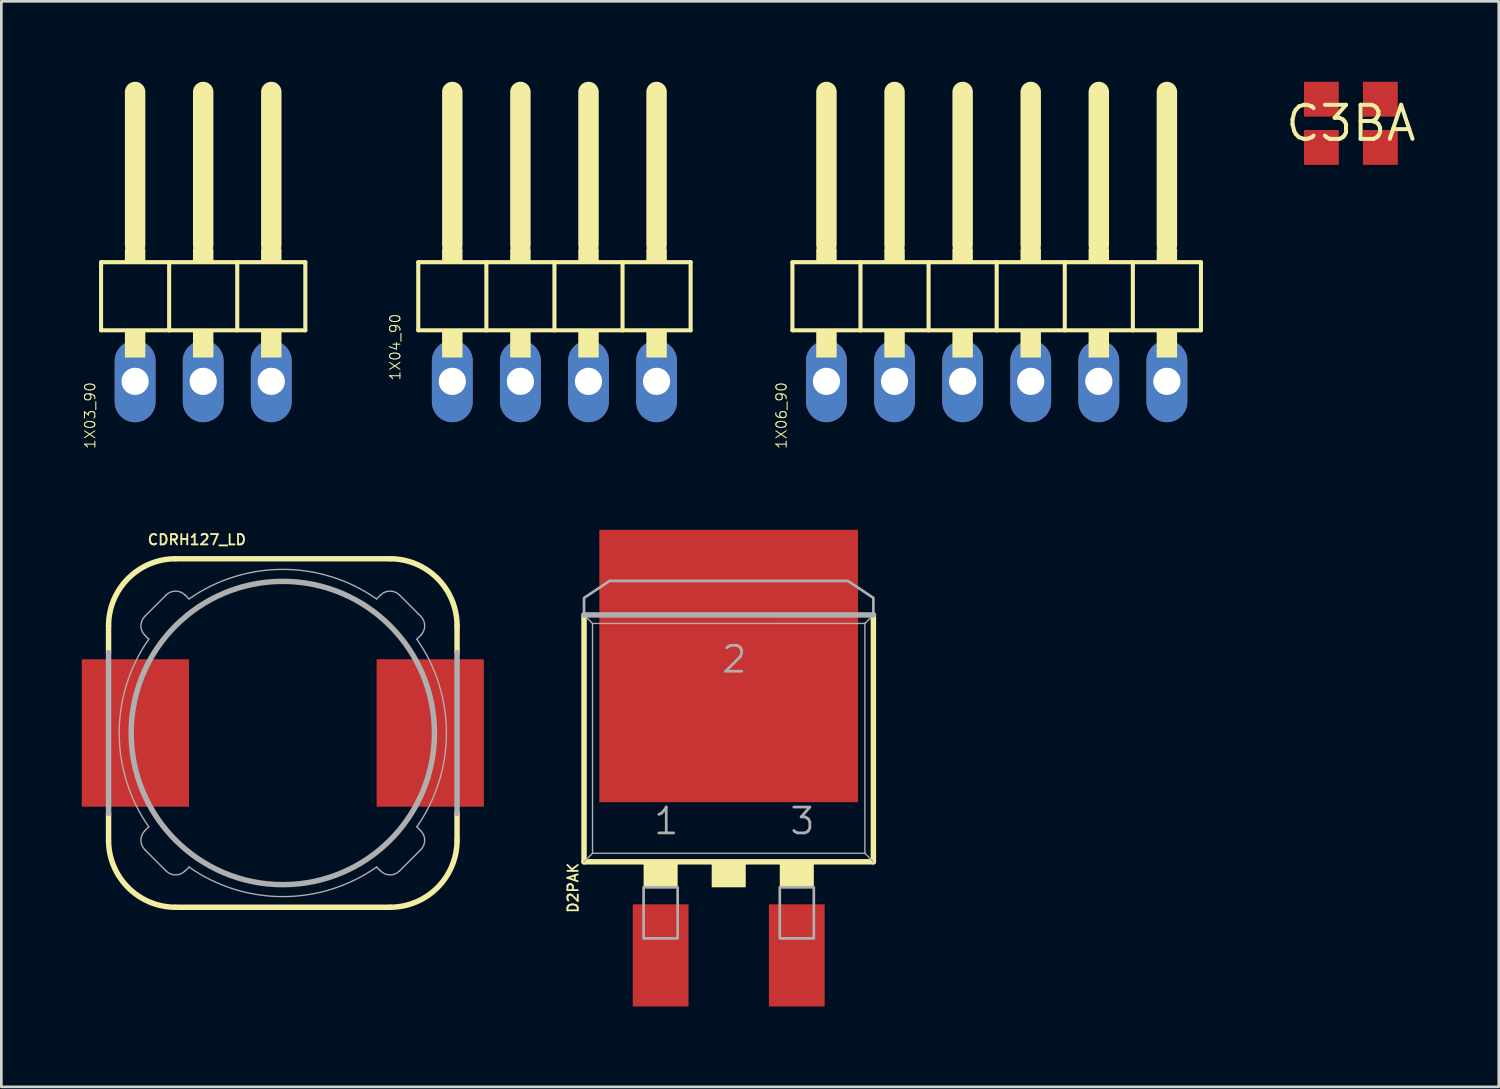
<source format=kicad_pcb>
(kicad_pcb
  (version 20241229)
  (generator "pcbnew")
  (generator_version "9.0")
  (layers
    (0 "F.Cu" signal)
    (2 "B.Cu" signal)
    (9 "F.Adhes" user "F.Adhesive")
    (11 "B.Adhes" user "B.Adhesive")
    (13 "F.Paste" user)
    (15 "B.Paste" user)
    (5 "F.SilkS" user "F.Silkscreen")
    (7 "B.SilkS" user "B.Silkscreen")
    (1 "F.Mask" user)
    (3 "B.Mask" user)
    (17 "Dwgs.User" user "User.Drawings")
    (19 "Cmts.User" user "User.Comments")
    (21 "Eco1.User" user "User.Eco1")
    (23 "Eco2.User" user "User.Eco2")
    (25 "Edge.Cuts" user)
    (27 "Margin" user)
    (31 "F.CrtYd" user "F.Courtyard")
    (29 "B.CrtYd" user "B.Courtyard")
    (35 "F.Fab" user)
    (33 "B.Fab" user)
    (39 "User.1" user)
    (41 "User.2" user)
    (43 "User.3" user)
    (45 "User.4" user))
  (footprint "1X04_90"
    (layer "F.Cu")
    (at 17.633 7.366)
    (property "Reference" "1X04_90" (at -5.715 3.81 90) (layer "F.SilkS") (effects (font (size 0.386 0.386) (thickness 0.039)) (justify left bottom)))
    (attr through_hole)
    (fp_line (start -5.08 -0.635) (end -5.08 1.905) (stroke (width 0.152) (type solid)) (layer "F.SilkS"))
    (fp_line (start -5.08 1.905) (end -2.54 1.905) (stroke (width 0.152) (type solid)) (layer "F.SilkS"))
    (fp_line (start -3.81 -6.985) (end -3.81 -1.27) (stroke (width 0.762) (type solid)) (layer "F.SilkS"))
    (fp_line (start -2.54 -0.635) (end -5.08 -0.635) (stroke (width 0.152) (type solid)) (layer "F.SilkS"))
    (fp_line (start -2.54 1.905) (end -2.54 -0.635) (stroke (width 0.152) (type solid)) (layer "F.SilkS"))
    (fp_line (start -2.54 1.905) (end 0 1.905) (stroke (width 0.152) (type solid)) (layer "F.SilkS"))
    (fp_line (start -1.27 -6.985) (end -1.27 -1.27) (stroke (width 0.762) (type solid)) (layer "F.SilkS"))
    (fp_line (start 0 -0.635) (end -2.54 -0.635) (stroke (width 0.152) (type solid)) (layer "F.SilkS"))
    (fp_line (start 0 1.905) (end 0 -0.635) (stroke (width 0.152) (type solid)) (layer "F.SilkS"))
    (fp_line (start 0 1.905) (end 2.54 1.905) (stroke (width 0.152) (type solid)) (layer "F.SilkS"))
    (fp_line (start 1.27 -6.985) (end 1.27 -1.27) (stroke (width 0.762) (type solid)) (layer "F.SilkS"))
    (fp_line (start 2.54 -0.635) (end 0 -0.635) (stroke (width 0.152) (type solid)) (layer "F.SilkS"))
    (fp_line (start 2.54 1.905) (end 2.54 -0.635) (stroke (width 0.152) (type solid)) (layer "F.SilkS"))
    (fp_line (start 2.54 1.905) (end 5.08 1.905) (stroke (width 0.152) (type solid)) (layer "F.SilkS"))
    (fp_line (start 3.81 -6.985) (end 3.81 -1.27) (stroke (width 0.762) (type solid)) (layer "F.SilkS"))
    (fp_line (start 5.08 -0.635) (end 2.54 -0.635) (stroke (width 0.152) (type solid)) (layer "F.SilkS"))
    (fp_line (start 5.08 1.905) (end 5.08 -0.635) (stroke (width 0.152) (type solid)) (layer "F.SilkS"))
    (fp_poly (pts (xy -4.191 -0.635) (xy -3.429 -0.635) (xy -3.429 -1.143) (xy -4.191 -1.143)) (stroke (width 0) (type solid)) (fill yes) (layer "F.SilkS"))
    (fp_poly (pts (xy -4.191 2.921) (xy -3.429 2.921) (xy -3.429 1.905) (xy -4.191 1.905)) (stroke (width 0) (type solid)) (fill yes) (layer "F.SilkS"))
    (fp_poly (pts (xy -1.651 -0.635) (xy -0.889 -0.635) (xy -0.889 -1.143) (xy -1.651 -1.143)) (stroke (width 0) (type solid)) (fill yes) (layer "F.SilkS"))
    (fp_poly (pts (xy -1.651 2.921) (xy -0.889 2.921) (xy -0.889 1.905) (xy -1.651 1.905)) (stroke (width 0) (type solid)) (fill yes) (layer "F.SilkS"))
    (fp_poly (pts (xy 0.889 -0.635) (xy 1.651 -0.635) (xy 1.651 -1.143) (xy 0.889 -1.143)) (stroke (width 0) (type solid)) (fill yes) (layer "F.SilkS"))
    (fp_poly (pts (xy 0.889 2.921) (xy 1.651 2.921) (xy 1.651 1.905) (xy 0.889 1.905)) (stroke (width 0) (type solid)) (fill yes) (layer "F.SilkS"))
    (fp_poly (pts (xy 3.429 -0.635) (xy 4.191 -0.635) (xy 4.191 -1.143) (xy 3.429 -1.143)) (stroke (width 0) (type solid)) (fill yes) (layer "F.SilkS"))
    (fp_poly (pts (xy 3.429 2.921) (xy 4.191 2.921) (xy 4.191 1.905) (xy 3.429 1.905)) (stroke (width 0) (type solid)) (fill yes) (layer "F.SilkS"))
    (pad "1" thru_hole oval (at -3.81 3.81 90) (size 3.048 1.524) (drill 1.016) (layers "*.Cu" "*.Mask"))
    (pad "2" thru_hole oval (at -1.27 3.81 90) (size 3.048 1.524) (drill 1.016) (layers "*.Cu" "*.Mask"))
    (pad "3" thru_hole oval (at 1.27 3.81 90) (size 3.048 1.524) (drill 1.016) (layers "*.Cu" "*.Mask"))
    (pad "4" thru_hole oval (at 3.81 3.81 90) (size 3.048 1.524) (drill 1.016) (layers "*.Cu" "*.Mask")))
  (footprint "D2PAK"
    (layer "F.Cu")
    (at 24.134 24.335)
    (property "Reference" "D2PAK" (at -6.032 4.763 270) (layer "F.SilkS") (effects (font (size 0.386 0.386) (thickness 0.069)) (justify right top)))
    (attr through_hole)
    (fp_line (start -5.397 4.763) (end -5.397 -4.445) (stroke (width 0.203) (type solid)) (layer "F.SilkS"))
    (fp_line (start 5.397 -4.445) (end 5.397 4.763) (stroke (width 0.203) (type solid)) (layer "F.SilkS"))
    (fp_line (start 5.397 4.763) (end -5.397 4.763) (stroke (width 0.203) (type solid)) (layer "F.SilkS"))
    (fp_poly (pts (xy -3.175 5.715) (xy -1.905 5.715) (xy -1.905 4.763) (xy -3.175 4.763)) (stroke (width 0) (type solid)) (fill yes) (layer "F.SilkS"))
    (fp_poly (pts (xy -0.635 5.715) (xy 0.635 5.715) (xy 0.635 4.762) (xy -0.635 4.762)) (stroke (width 0) (type solid)) (fill yes) (layer "F.SilkS"))
    (fp_poly (pts (xy 1.905 5.715) (xy 3.175 5.715) (xy 3.175 4.763) (xy 1.905 4.763)) (stroke (width 0) (type solid)) (fill yes) (layer "F.SilkS"))
    (fp_line (start -5.397 -4.445) (end 5.397 -4.445) (stroke (width 0.203) (type solid)) (layer "F.Fab"))
    (fp_line (start -5.08 -4.127) (end -5.397 -4.445) (stroke (width 0.051) (type solid)) (layer "F.Fab"))
    (fp_line (start -5.08 -4.127) (end 5.08 -4.128) (stroke (width 0.051) (type solid)) (layer "F.Fab"))
    (fp_line (start -5.08 4.445) (end -5.397 4.763) (stroke (width 0.051) (type solid)) (layer "F.Fab"))
    (fp_line (start -5.08 4.445) (end -5.08 -4.127) (stroke (width 0.051) (type solid)) (layer "F.Fab"))
    (fp_line (start -5.08 4.445) (end 5.08 4.445) (stroke (width 0.051) (type solid)) (layer "F.Fab"))
    (fp_line (start 5.08 -4.128) (end 5.08 4.445) (stroke (width 0.051) (type solid)) (layer "F.Fab"))
    (fp_line (start 5.08 -4.128) (end 5.397 -4.445) (stroke (width 0.051) (type solid)) (layer "F.Fab"))
    (fp_line (start 5.08 4.445) (end 5.397 4.763) (stroke (width 0.051) (type solid)) (layer "F.Fab"))
    (fp_poly (pts (xy -3.175 7.62) (xy -1.905 7.62) (xy -1.905 5.715) (xy -3.175 5.715)) (stroke (width 0.1) (type solid)) (fill no) (layer "F.Fab"))
    (fp_poly (pts (xy 1.905 7.62) (xy 3.175 7.62) (xy 3.175 5.715) (xy 1.905 5.715)) (stroke (width 0.1) (type solid)) (fill no) (layer "F.Fab"))
    (fp_poly (pts (xy -5.397 -4.445) (xy -5.397 -5.08) (xy -4.445 -5.715) (xy 4.445 -5.715) (xy 5.397 -5.08) (xy 5.397 -4.445)) (stroke (width 0.1) (type solid)) (fill no) (layer "F.Fab"))
    (fp_text user "3" (at 2.223 3.81 0) (layer "F.Fab") (effects (font (size 0.965 0.965) (thickness 0.102)) (justify left bottom)))
    (fp_text user "1" (at -2.857 3.81 0) (layer "F.Fab") (effects (font (size 0.965 0.965) (thickness 0.102)) (justify left bottom)))
    (fp_text user "2" (at -0.318 -2.223 0) (layer "F.Fab") (effects (font (size 0.965 0.965) (thickness 0.102)) (justify left bottom)))
    (pad "1" smd rect (at -2.54 8.255 180) (size 2.08 3.81) (layers "F.Cu" "F.Mask" "F.Paste"))
    (pad "2" smd rect (at 0 -2.54 270) (size 10.16 9.652) (layers "F.Cu" "F.Mask" "F.Paste"))
    (pad "3" smd rect (at 2.54 8.255 180) (size 2.08 3.81) (layers "F.Cu" "F.Mask" "F.Paste")))
  (footprint "1X06_90"
    (layer "F.Cu")
    (at 34.13 7.366)
    (property "Reference" "1X06_90" (at -8.255 3.81 270) (layer "F.SilkS") (effects (font (size 0.386 0.386) (thickness 0.039)) (justify right top)))
    (attr through_hole)
    (fp_line (start -7.62 -0.635) (end -7.62 1.905) (stroke (width 0.152) (type solid)) (layer "F.SilkS"))
    (fp_line (start -7.62 1.905) (end -5.08 1.905) (stroke (width 0.152) (type solid)) (layer "F.SilkS"))
    (fp_line (start -6.35 -6.985) (end -6.35 -1.27) (stroke (width 0.762) (type solid)) (layer "F.SilkS"))
    (fp_line (start -5.08 -0.635) (end -7.62 -0.635) (stroke (width 0.152) (type solid)) (layer "F.SilkS"))
    (fp_line (start -5.08 1.905) (end -5.08 -0.635) (stroke (width 0.152) (type solid)) (layer "F.SilkS"))
    (fp_line (start -5.08 1.905) (end -2.54 1.905) (stroke (width 0.152) (type solid)) (layer "F.SilkS"))
    (fp_line (start -3.81 -6.985) (end -3.81 -1.27) (stroke (width 0.762) (type solid)) (layer "F.SilkS"))
    (fp_line (start -2.54 -0.635) (end -5.08 -0.635) (stroke (width 0.152) (type solid)) (layer "F.SilkS"))
    (fp_line (start -2.54 1.905) (end -2.54 -0.635) (stroke (width 0.152) (type solid)) (layer "F.SilkS"))
    (fp_line (start -2.54 1.905) (end 0 1.905) (stroke (width 0.152) (type solid)) (layer "F.SilkS"))
    (fp_line (start -1.27 -6.985) (end -1.27 -1.27) (stroke (width 0.762) (type solid)) (layer "F.SilkS"))
    (fp_line (start 0 -0.635) (end -2.54 -0.635) (stroke (width 0.152) (type solid)) (layer "F.SilkS"))
    (fp_line (start 0 1.905) (end 0 -0.635) (stroke (width 0.152) (type solid)) (layer "F.SilkS"))
    (fp_line (start 0 1.905) (end 2.54 1.905) (stroke (width 0.152) (type solid)) (layer "F.SilkS"))
    (fp_line (start 1.27 -6.985) (end 1.27 -1.27) (stroke (width 0.762) (type solid)) (layer "F.SilkS"))
    (fp_line (start 2.54 -0.635) (end 0 -0.635) (stroke (width 0.152) (type solid)) (layer "F.SilkS"))
    (fp_line (start 2.54 1.905) (end 2.54 -0.635) (stroke (width 0.152) (type solid)) (layer "F.SilkS"))
    (fp_line (start 2.54 1.905) (end 5.08 1.905) (stroke (width 0.152) (type solid)) (layer "F.SilkS"))
    (fp_line (start 3.81 -6.985) (end 3.81 -1.27) (stroke (width 0.762) (type solid)) (layer "F.SilkS"))
    (fp_line (start 5.08 -0.635) (end 2.54 -0.635) (stroke (width 0.152) (type solid)) (layer "F.SilkS"))
    (fp_line (start 5.08 1.905) (end 5.08 -0.635) (stroke (width 0.152) (type solid)) (layer "F.SilkS"))
    (fp_line (start 5.08 1.905) (end 7.62 1.905) (stroke (width 0.152) (type solid)) (layer "F.SilkS"))
    (fp_line (start 6.35 -6.985) (end 6.35 -1.27) (stroke (width 0.762) (type solid)) (layer "F.SilkS"))
    (fp_line (start 7.62 -0.635) (end 5.08 -0.635) (stroke (width 0.152) (type solid)) (layer "F.SilkS"))
    (fp_line (start 7.62 1.905) (end 7.62 -0.635) (stroke (width 0.152) (type solid)) (layer "F.SilkS"))
    (fp_poly (pts (xy -6.731 -0.635) (xy -5.969 -0.635) (xy -5.969 -1.143) (xy -6.731 -1.143)) (stroke (width 0) (type solid)) (fill yes) (layer "F.SilkS"))
    (fp_poly (pts (xy -6.731 2.921) (xy -5.969 2.921) (xy -5.969 1.905) (xy -6.731 1.905)) (stroke (width 0) (type solid)) (fill yes) (layer "F.SilkS"))
    (fp_poly (pts (xy -4.191 -0.635) (xy -3.429 -0.635) (xy -3.429 -1.143) (xy -4.191 -1.143)) (stroke (width 0) (type solid)) (fill yes) (layer "F.SilkS"))
    (fp_poly (pts (xy -4.191 2.921) (xy -3.429 2.921) (xy -3.429 1.905) (xy -4.191 1.905)) (stroke (width 0) (type solid)) (fill yes) (layer "F.SilkS"))
    (fp_poly (pts (xy -1.651 -0.635) (xy -0.889 -0.635) (xy -0.889 -1.143) (xy -1.651 -1.143)) (stroke (width 0) (type solid)) (fill yes) (layer "F.SilkS"))
    (fp_poly (pts (xy -1.651 2.921) (xy -0.889 2.921) (xy -0.889 1.905) (xy -1.651 1.905)) (stroke (width 0) (type solid)) (fill yes) (layer "F.SilkS"))
    (fp_poly (pts (xy 0.889 -0.635) (xy 1.651 -0.635) (xy 1.651 -1.143) (xy 0.889 -1.143)) (stroke (width 0) (type solid)) (fill yes) (layer "F.SilkS"))
    (fp_poly (pts (xy 0.889 2.921) (xy 1.651 2.921) (xy 1.651 1.905) (xy 0.889 1.905)) (stroke (width 0) (type solid)) (fill yes) (layer "F.SilkS"))
    (fp_poly (pts (xy 3.429 -0.635) (xy 4.191 -0.635) (xy 4.191 -1.143) (xy 3.429 -1.143)) (stroke (width 0) (type solid)) (fill yes) (layer "F.SilkS"))
    (fp_poly (pts (xy 3.429 2.921) (xy 4.191 2.921) (xy 4.191 1.905) (xy 3.429 1.905)) (stroke (width 0) (type solid)) (fill yes) (layer "F.SilkS"))
    (fp_poly (pts (xy 5.969 -0.635) (xy 6.731 -0.635) (xy 6.731 -1.143) (xy 5.969 -1.143)) (stroke (width 0) (type solid)) (fill yes) (layer "F.SilkS"))
    (fp_poly (pts (xy 5.969 2.921) (xy 6.731 2.921) (xy 6.731 1.905) (xy 5.969 1.905)) (stroke (width 0) (type solid)) (fill yes) (layer "F.SilkS"))
    (pad "1" thru_hole oval (at -6.35 3.81 90) (size 3.048 1.524) (drill 1.016) (layers "*.Cu" "*.Mask"))
    (pad "2" thru_hole oval (at -3.81 3.81 90) (size 3.048 1.524) (drill 1.016) (layers "*.Cu" "*.Mask"))
    (pad "3" thru_hole oval (at -1.27 3.81 90) (size 3.048 1.524) (drill 1.016) (layers "*.Cu" "*.Mask"))
    (pad "4" thru_hole oval (at 1.27 3.81 90) (size 3.048 1.524) (drill 1.016) (layers "*.Cu" "*.Mask"))
    (pad "5" thru_hole oval (at 3.81 3.81 90) (size 3.048 1.524) (drill 1.016) (layers "*.Cu" "*.Mask"))
    (pad "6" thru_hole oval (at 6.35 3.81 90) (size 3.048 1.524) (drill 1.016) (layers "*.Cu" "*.Mask")))
  (footprint "C3BA"
    (layer "F.Cu")
    (at 47.343 1.55)
    (property "Reference" "C3BA" (at 0 0 0) (layer "F.SilkS") (effects (font (size 1.27 1.27) (thickness 0.15))))
    (attr through_hole)
    (pad "P$1" smd rect (at 1.1 -0.9) (size 1.3 1.3) (layers "F.Cu" "F.Mask" "F.Paste"))
    (pad "P$2" smd rect (at -1.1 -0.9) (size 1.3 1.3) (layers "F.Cu" "F.Mask" "F.Paste"))
    (pad "P$3" smd rect (at -1.1 0.9) (size 1.3 1.3) (layers "F.Cu" "F.Mask" "F.Paste"))
    (pad "P$4" smd rect (at 1.1 0.9) (size 1.3 1.3) (layers "F.Cu" "F.Mask" "F.Paste")))
  (footprint "1X03_90"
    (layer "F.Cu")
    (at 4.53 7.366)
    (property "Reference" "1X03_90" (at -4.445 3.81 270) (layer "F.SilkS") (effects (font (size 0.386 0.386) (thickness 0.039)) (justify right top)))
    (attr through_hole)
    (fp_line (start -3.81 -0.635) (end -3.81 1.905) (stroke (width 0.152) (type solid)) (layer "F.SilkS"))
    (fp_line (start -3.81 1.905) (end -1.27 1.905) (stroke (width 0.152) (type solid)) (layer "F.SilkS"))
    (fp_line (start -2.54 -6.985) (end -2.54 -1.27) (stroke (width 0.762) (type solid)) (layer "F.SilkS"))
    (fp_line (start -1.27 -0.635) (end -3.81 -0.635) (stroke (width 0.152) (type solid)) (layer "F.SilkS"))
    (fp_line (start -1.27 1.905) (end -1.27 -0.635) (stroke (width 0.152) (type solid)) (layer "F.SilkS"))
    (fp_line (start -1.27 1.905) (end 1.27 1.905) (stroke (width 0.152) (type solid)) (layer "F.SilkS"))
    (fp_line (start 0 -6.985) (end 0 -1.27) (stroke (width 0.762) (type solid)) (layer "F.SilkS"))
    (fp_line (start 1.27 -0.635) (end -1.27 -0.635) (stroke (width 0.152) (type solid)) (layer "F.SilkS"))
    (fp_line (start 1.27 1.905) (end 1.27 -0.635) (stroke (width 0.152) (type solid)) (layer "F.SilkS"))
    (fp_line (start 1.27 1.905) (end 3.81 1.905) (stroke (width 0.152) (type solid)) (layer "F.SilkS"))
    (fp_line (start 2.54 -6.985) (end 2.54 -1.27) (stroke (width 0.762) (type solid)) (layer "F.SilkS"))
    (fp_line (start 3.81 -0.635) (end 1.27 -0.635) (stroke (width 0.152) (type solid)) (layer "F.SilkS"))
    (fp_line (start 3.81 1.905) (end 3.81 -0.635) (stroke (width 0.152) (type solid)) (layer "F.SilkS"))
    (fp_poly (pts (xy -2.921 -0.635) (xy -2.159 -0.635) (xy -2.159 -1.143) (xy -2.921 -1.143)) (stroke (width 0) (type solid)) (fill yes) (layer "F.SilkS"))
    (fp_poly (pts (xy -2.921 2.921) (xy -2.159 2.921) (xy -2.159 1.905) (xy -2.921 1.905)) (stroke (width 0) (type solid)) (fill yes) (layer "F.SilkS"))
    (fp_poly (pts (xy -0.381 -0.635) (xy 0.381 -0.635) (xy 0.381 -1.143) (xy -0.381 -1.143)) (stroke (width 0) (type solid)) (fill yes) (layer "F.SilkS"))
    (fp_poly (pts (xy -0.381 2.921) (xy 0.381 2.921) (xy 0.381 1.905) (xy -0.381 1.905)) (stroke (width 0) (type solid)) (fill yes) (layer "F.SilkS"))
    (fp_poly (pts (xy 2.159 -0.635) (xy 2.921 -0.635) (xy 2.921 -1.143) (xy 2.159 -1.143)) (stroke (width 0) (type solid)) (fill yes) (layer "F.SilkS"))
    (fp_poly (pts (xy 2.159 2.921) (xy 2.921 2.921) (xy 2.921 1.905) (xy 2.159 1.905)) (stroke (width 0) (type solid)) (fill yes) (layer "F.SilkS"))
    (pad "1" thru_hole oval (at -2.54 3.81 90) (size 3.048 1.524) (drill 1.016) (layers "*.Cu" "*.Mask"))
    (pad "2" thru_hole oval (at 0 3.81 90) (size 3.048 1.524) (drill 1.016) (layers "*.Cu" "*.Mask"))
    (pad "3" thru_hole oval (at 2.54 3.81 90) (size 3.048 1.524) (drill 1.016) (layers "*.Cu" "*.Mask")))
  (footprint "CDRH127_LD"
    (layer "F.Cu")
    (at 7.5 24.294)
    (property "Reference" "CDRH127_LD" (at -5.08 -6.985 0) (layer "F.SilkS") (effects (font (size 0.386 0.386) (thickness 0.069)) (justify left bottom)))
    (attr through_hole)
    (fp_line (start -6.5 -3) (end -6.5 -4) (stroke (width 0.203) (type solid)) (layer "F.SilkS"))
    (fp_line (start -6.5 4) (end -6.5 3) (stroke (width 0.203) (type solid)) (layer "F.SilkS"))
    (fp_line (start -4 -6.5) (end 4 -6.5) (stroke (width 0.203) (type solid)) (layer "F.SilkS"))
    (fp_line (start 4 6.5) (end -4 6.5) (stroke (width 0.203) (type solid)) (layer "F.SilkS"))
    (fp_line (start 6.5 -4) (end 6.5 -3) (stroke (width 0.203) (type solid)) (layer "F.SilkS"))
    (fp_line (start 6.5 3) (end 6.5 4) (stroke (width 0.203) (type solid)) (layer "F.SilkS"))
    (fp_arc (start -6.5 -4) (mid -5.767767 -5.767767) (end -4 -6.5) (stroke (width 0.2032) (type solid)) (layer "F.SilkS"))
    (fp_arc (start -4 6.5) (mid -5.767767 5.767767) (end -6.5 4) (stroke (width 0.2032) (type solid)) (layer "F.SilkS"))
    (fp_arc (start 4 -6.5) (mid 5.767767 -5.767767) (end 6.5 -4) (stroke (width 0.2032) (type solid)) (layer "F.SilkS"))
    (fp_arc (start 6.5 4) (mid 5.767767 5.767767) (end 4 6.5) (stroke (width 0.2032) (type solid)) (layer "F.SilkS"))
    (fp_line (start -6.5 3) (end -6.5 -3) (stroke (width 0.203) (type solid)) (layer "F.Fab"))
    (fp_line (start -5.146 -3.646) (end -5 -3.5) (stroke (width 0.051) (type solid)) (layer "F.Fab"))
    (fp_line (start -5.146 4.354) (end -4.354 5.146) (stroke (width 0.051) (type solid)) (layer "F.Fab"))
    (fp_line (start -5 3.5) (end -5.146 3.646) (stroke (width 0.051) (type solid)) (layer "F.Fab"))
    (fp_line (start -4.354 -5.146) (end -5.146 -4.354) (stroke (width 0.051) (type solid)) (layer "F.Fab"))
    (fp_line (start -3.646 5.146) (end -3.5 5) (stroke (width 0.051) (type solid)) (layer "F.Fab"))
    (fp_line (start -3.5 -5) (end -3.646 -5.146) (stroke (width 0.051) (type solid)) (layer "F.Fab"))
    (fp_line (start 3.5 5) (end 3.646 5.146) (stroke (width 0.051) (type solid)) (layer "F.Fab"))
    (fp_line (start 3.646 -5.146) (end 3.5 -5) (stroke (width 0.051) (type solid)) (layer "F.Fab"))
    (fp_line (start 4.354 5.146) (end 5.146 4.354) (stroke (width 0.051) (type solid)) (layer "F.Fab"))
    (fp_line (start 5 -3.5) (end 5.146 -3.646) (stroke (width 0.051) (type solid)) (layer "F.Fab"))
    (fp_line (start 5.146 -4.354) (end 4.354 -5.146) (stroke (width 0.051) (type solid)) (layer "F.Fab"))
    (fp_line (start 5.146 3.646) (end 5 3.5) (stroke (width 0.051) (type solid)) (layer "F.Fab"))
    (fp_line (start 6.5 -3) (end 6.5 3) (stroke (width 0.203) (type solid)) (layer "F.Fab"))
    (fp_arc (start -5.1464 -3.6464) (mid -5.292866 -4) (end -5.1464 -4.3536) (stroke (width 0.0508) (type solid)) (layer "F.Fab"))
    (fp_arc (start -5.1464 4.3536) (mid -5.292866 4) (end -5.1464 3.6464) (stroke (width 0.0508) (type solid)) (layer "F.Fab"))
    (fp_arc (start -5 3.5) (mid -6.103278 0) (end -5 -3.5) (stroke (width 0.0508) (type solid)) (layer "F.Fab"))
    (fp_arc (start -4.3536 -5.1464) (mid -4 -5.292866) (end -3.6464 -5.1464) (stroke (width 0.0508) (type solid)) (layer "F.Fab"))
    (fp_arc (start -3.6464 5.1464) (mid -4 5.292866) (end -4.3536 5.1464) (stroke (width 0.0508) (type solid)) (layer "F.Fab"))
    (fp_arc (start -3.5 -5) (mid 0 -6.103278) (end 3.5 -5) (stroke (width 0.0508) (type solid)) (layer "F.Fab"))
    (fp_arc (start 3.5 5) (mid 0 6.103278) (end -3.5 5) (stroke (width 0.0508) (type solid)) (layer "F.Fab"))
    (fp_arc (start 3.6464 -5.1464) (mid 4 -5.292866) (end 4.3536 -5.1464) (stroke (width 0.0508) (type solid)) (layer "F.Fab"))
    (fp_arc (start 4.3536 5.1464) (mid 4 5.292866) (end 3.6464 5.1464) (stroke (width 0.0508) (type solid)) (layer "F.Fab"))
    (fp_arc (start 5 -3.5) (mid 6.103278 0) (end 5 3.5) (stroke (width 0.0508) (type solid)) (layer "F.Fab"))
    (fp_arc (start 5.1464 -4.3536) (mid 5.292866 -4) (end 5.1464 -3.6464) (stroke (width 0.0508) (type solid)) (layer "F.Fab"))
    (fp_arc (start 5.1464 3.6464) (mid 5.292866 4) (end 5.1464 4.3536) (stroke (width 0.0508) (type solid)) (layer "F.Fab"))
    (fp_circle (center 0 0) (end 5.657 0) (stroke (width 0.203) (type solid)) (fill no) (layer "F.Fab"))
    (pad "1" smd rect (at -5.5 0 90) (size 5.5 4) (layers "F.Cu" "F.Mask" "F.Paste"))
    (pad "2" smd rect (at 5.5 0 90) (size 5.5 4) (layers "F.Cu" "F.Mask" "F.Paste")))
  (gr_rect
    (start -3 -3)
    (end 52.86 37.495)
    (stroke (width 0.1) (type default))
    (fill no)
    (layer "Edge.Cuts")))
</source>
